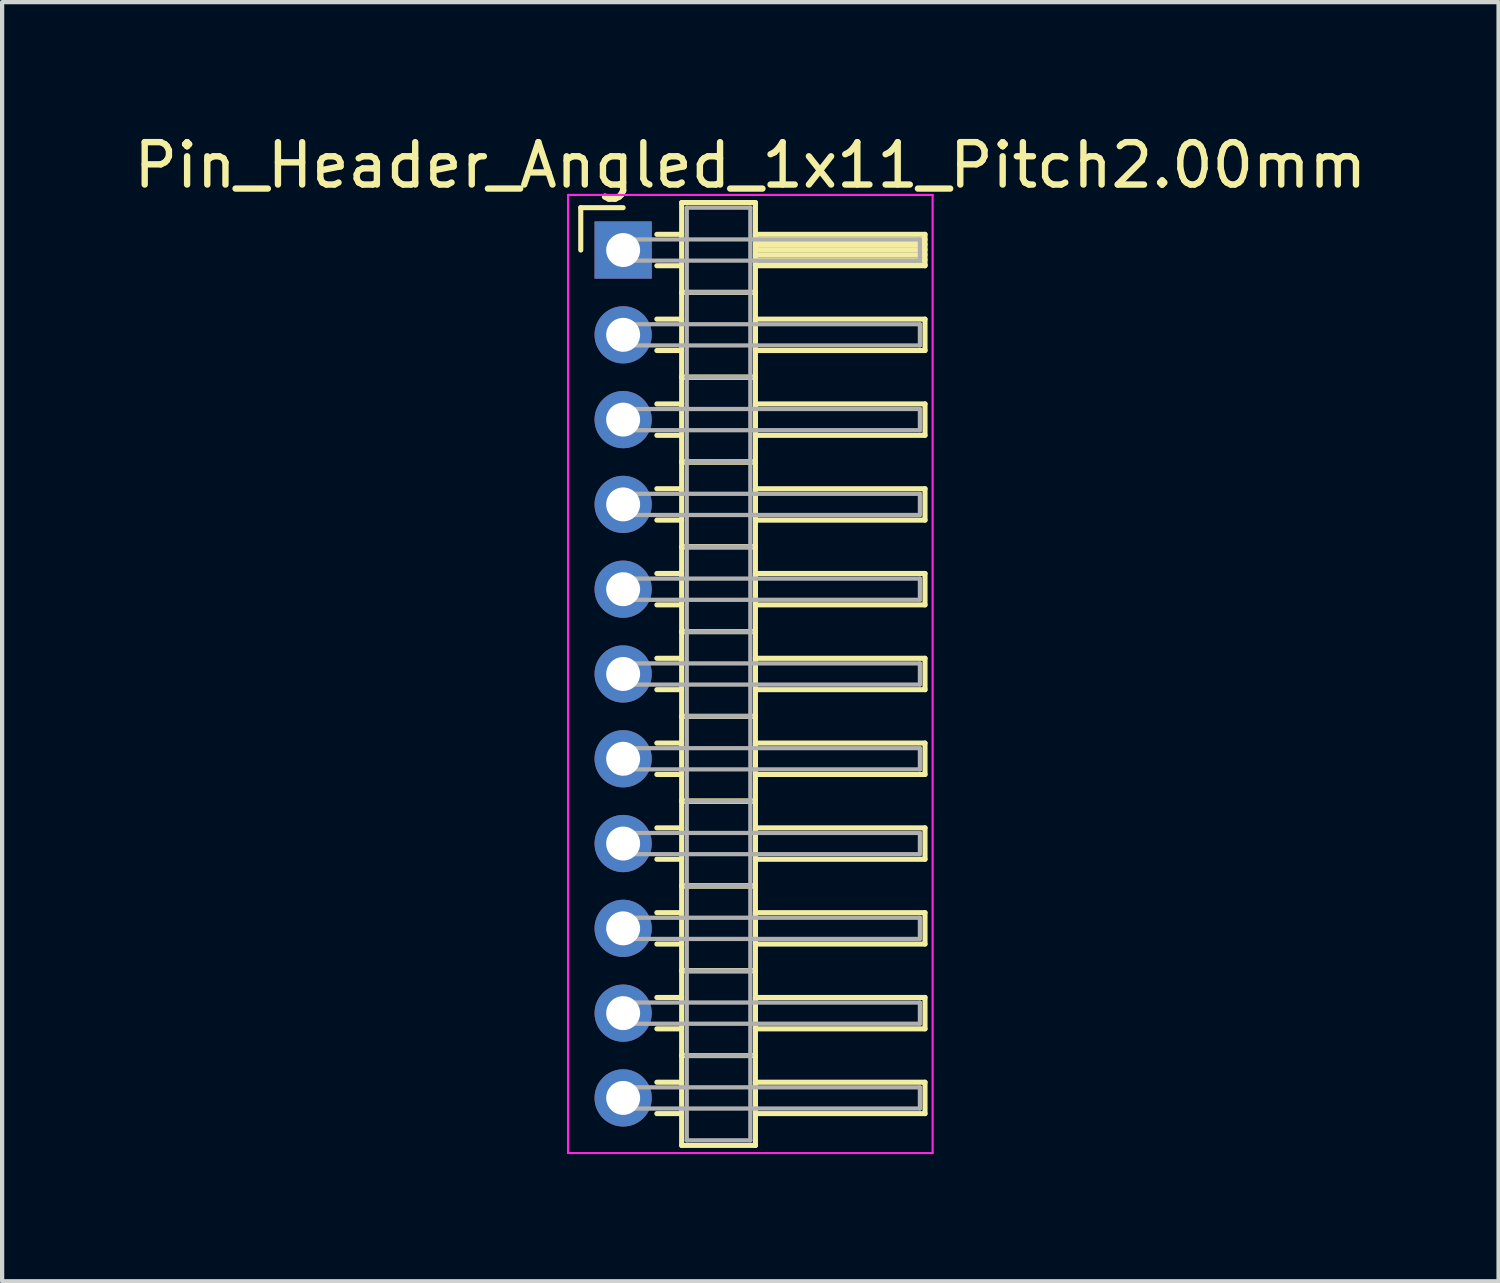
<source format=kicad_pcb>
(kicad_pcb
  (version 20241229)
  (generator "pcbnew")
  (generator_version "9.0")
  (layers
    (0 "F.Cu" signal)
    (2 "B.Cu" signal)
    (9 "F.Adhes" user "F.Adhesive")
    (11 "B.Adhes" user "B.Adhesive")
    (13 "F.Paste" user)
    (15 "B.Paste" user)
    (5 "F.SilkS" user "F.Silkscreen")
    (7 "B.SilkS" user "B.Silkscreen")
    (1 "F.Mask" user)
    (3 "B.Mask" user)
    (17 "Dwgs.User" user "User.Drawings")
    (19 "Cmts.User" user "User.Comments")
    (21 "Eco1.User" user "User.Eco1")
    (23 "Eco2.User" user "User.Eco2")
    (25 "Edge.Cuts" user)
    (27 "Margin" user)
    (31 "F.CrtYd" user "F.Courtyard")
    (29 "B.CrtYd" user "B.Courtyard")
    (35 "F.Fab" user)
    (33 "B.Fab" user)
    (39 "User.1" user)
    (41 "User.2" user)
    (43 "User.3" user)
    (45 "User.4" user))
  (footprint "Pin_Header_Angled_1x11_Pitch2.00mm"
    (layer "F.Cu")
    (at 11.649 2.848)
    (property "Reference" "Pin_Header_Angled_1x11_Pitch2.00mm" (at 3 -2 0) (layer "F.SilkS") (effects (font (size 1 1) (thickness 0.15))))
    (attr through_hole)
    (fp_line (start -1 -1) (end 0 -1) (stroke (width 0.12) (type solid)) (layer "F.SilkS"))
    (fp_line (start -1 0) (end -1 -1) (stroke (width 0.12) (type solid)) (layer "F.SilkS"))
    (fp_line (start 0.795 -0.37) (end 1.38 -0.37) (stroke (width 0.12) (type solid)) (layer "F.SilkS"))
    (fp_line (start 0.795 0.37) (end 1.38 0.37) (stroke (width 0.12) (type solid)) (layer "F.SilkS"))
    (fp_line (start 0.795 1.63) (end 1.38 1.63) (stroke (width 0.12) (type solid)) (layer "F.SilkS"))
    (fp_line (start 0.795 2.37) (end 1.38 2.37) (stroke (width 0.12) (type solid)) (layer "F.SilkS"))
    (fp_line (start 0.795 3.63) (end 1.38 3.63) (stroke (width 0.12) (type solid)) (layer "F.SilkS"))
    (fp_line (start 0.795 4.37) (end 1.38 4.37) (stroke (width 0.12) (type solid)) (layer "F.SilkS"))
    (fp_line (start 0.795 5.63) (end 1.38 5.63) (stroke (width 0.12) (type solid)) (layer "F.SilkS"))
    (fp_line (start 0.795 6.37) (end 1.38 6.37) (stroke (width 0.12) (type solid)) (layer "F.SilkS"))
    (fp_line (start 0.795 7.63) (end 1.38 7.63) (stroke (width 0.12) (type solid)) (layer "F.SilkS"))
    (fp_line (start 0.795 8.37) (end 1.38 8.37) (stroke (width 0.12) (type solid)) (layer "F.SilkS"))
    (fp_line (start 0.795 9.63) (end 1.38 9.63) (stroke (width 0.12) (type solid)) (layer "F.SilkS"))
    (fp_line (start 0.795 10.37) (end 1.38 10.37) (stroke (width 0.12) (type solid)) (layer "F.SilkS"))
    (fp_line (start 0.795 11.63) (end 1.38 11.63) (stroke (width 0.12) (type solid)) (layer "F.SilkS"))
    (fp_line (start 0.795 12.37) (end 1.38 12.37) (stroke (width 0.12) (type solid)) (layer "F.SilkS"))
    (fp_line (start 0.795 13.63) (end 1.38 13.63) (stroke (width 0.12) (type solid)) (layer "F.SilkS"))
    (fp_line (start 0.795 14.37) (end 1.38 14.37) (stroke (width 0.12) (type solid)) (layer "F.SilkS"))
    (fp_line (start 0.795 15.63) (end 1.38 15.63) (stroke (width 0.12) (type solid)) (layer "F.SilkS"))
    (fp_line (start 0.795 16.37) (end 1.38 16.37) (stroke (width 0.12) (type solid)) (layer "F.SilkS"))
    (fp_line (start 0.795 17.63) (end 1.38 17.63) (stroke (width 0.12) (type solid)) (layer "F.SilkS"))
    (fp_line (start 0.795 18.37) (end 1.38 18.37) (stroke (width 0.12) (type solid)) (layer "F.SilkS"))
    (fp_line (start 0.795 19.63) (end 1.38 19.63) (stroke (width 0.12) (type solid)) (layer "F.SilkS"))
    (fp_line (start 0.795 20.37) (end 1.38 20.37) (stroke (width 0.12) (type solid)) (layer "F.SilkS"))
    (fp_line (start 1.38 -1.12) (end 1.38 1) (stroke (width 0.12) (type solid)) (layer "F.SilkS"))
    (fp_line (start 1.38 1) (end 1.38 3) (stroke (width 0.12) (type solid)) (layer "F.SilkS"))
    (fp_line (start 1.38 1) (end 3.12 1) (stroke (width 0.12) (type solid)) (layer "F.SilkS"))
    (fp_line (start 1.38 3) (end 1.38 5) (stroke (width 0.12) (type solid)) (layer "F.SilkS"))
    (fp_line (start 1.38 3) (end 3.12 3) (stroke (width 0.12) (type solid)) (layer "F.SilkS"))
    (fp_line (start 1.38 5) (end 1.38 7) (stroke (width 0.12) (type solid)) (layer "F.SilkS"))
    (fp_line (start 1.38 5) (end 3.12 5) (stroke (width 0.12) (type solid)) (layer "F.SilkS"))
    (fp_line (start 1.38 7) (end 1.38 9) (stroke (width 0.12) (type solid)) (layer "F.SilkS"))
    (fp_line (start 1.38 7) (end 3.12 7) (stroke (width 0.12) (type solid)) (layer "F.SilkS"))
    (fp_line (start 1.38 9) (end 1.38 11) (stroke (width 0.12) (type solid)) (layer "F.SilkS"))
    (fp_line (start 1.38 9) (end 3.12 9) (stroke (width 0.12) (type solid)) (layer "F.SilkS"))
    (fp_line (start 1.38 11) (end 1.38 13) (stroke (width 0.12) (type solid)) (layer "F.SilkS"))
    (fp_line (start 1.38 11) (end 3.12 11) (stroke (width 0.12) (type solid)) (layer "F.SilkS"))
    (fp_line (start 1.38 13) (end 1.38 15) (stroke (width 0.12) (type solid)) (layer "F.SilkS"))
    (fp_line (start 1.38 13) (end 3.12 13) (stroke (width 0.12) (type solid)) (layer "F.SilkS"))
    (fp_line (start 1.38 15) (end 1.38 17) (stroke (width 0.12) (type solid)) (layer "F.SilkS"))
    (fp_line (start 1.38 15) (end 3.12 15) (stroke (width 0.12) (type solid)) (layer "F.SilkS"))
    (fp_line (start 1.38 17) (end 1.38 19) (stroke (width 0.12) (type solid)) (layer "F.SilkS"))
    (fp_line (start 1.38 17) (end 3.12 17) (stroke (width 0.12) (type solid)) (layer "F.SilkS"))
    (fp_line (start 1.38 19) (end 1.38 21.12) (stroke (width 0.12) (type solid)) (layer "F.SilkS"))
    (fp_line (start 1.38 19) (end 3.12 19) (stroke (width 0.12) (type solid)) (layer "F.SilkS"))
    (fp_line (start 1.38 21.12) (end 3.12 21.12) (stroke (width 0.12) (type solid)) (layer "F.SilkS"))
    (fp_line (start 3.12 -1.12) (end 1.38 -1.12) (stroke (width 0.12) (type solid)) (layer "F.SilkS"))
    (fp_line (start 3.12 -0.37) (end 3.12 0.37) (stroke (width 0.12) (type solid)) (layer "F.SilkS"))
    (fp_line (start 3.12 -0.25) (end 7.12 -0.25) (stroke (width 0.12) (type solid)) (layer "F.SilkS"))
    (fp_line (start 3.12 -0.13) (end 7.12 -0.13) (stroke (width 0.12) (type solid)) (layer "F.SilkS"))
    (fp_line (start 3.12 -0.01) (end 7.12 -0.01) (stroke (width 0.12) (type solid)) (layer "F.SilkS"))
    (fp_line (start 3.12 0.11) (end 7.12 0.11) (stroke (width 0.12) (type solid)) (layer "F.SilkS"))
    (fp_line (start 3.12 0.23) (end 7.12 0.23) (stroke (width 0.12) (type solid)) (layer "F.SilkS"))
    (fp_line (start 3.12 0.35) (end 7.12 0.35) (stroke (width 0.12) (type solid)) (layer "F.SilkS"))
    (fp_line (start 3.12 0.37) (end 7.12 0.37) (stroke (width 0.12) (type solid)) (layer "F.SilkS"))
    (fp_line (start 3.12 1) (end 1.38 1) (stroke (width 0.12) (type solid)) (layer "F.SilkS"))
    (fp_line (start 3.12 1) (end 3.12 -1.12) (stroke (width 0.12) (type solid)) (layer "F.SilkS"))
    (fp_line (start 3.12 1.63) (end 3.12 2.37) (stroke (width 0.12) (type solid)) (layer "F.SilkS"))
    (fp_line (start 3.12 2.37) (end 7.12 2.37) (stroke (width 0.12) (type solid)) (layer "F.SilkS"))
    (fp_line (start 3.12 3) (end 1.38 3) (stroke (width 0.12) (type solid)) (layer "F.SilkS"))
    (fp_line (start 3.12 3) (end 3.12 1) (stroke (width 0.12) (type solid)) (layer "F.SilkS"))
    (fp_line (start 3.12 3.63) (end 3.12 4.37) (stroke (width 0.12) (type solid)) (layer "F.SilkS"))
    (fp_line (start 3.12 4.37) (end 7.12 4.37) (stroke (width 0.12) (type solid)) (layer "F.SilkS"))
    (fp_line (start 3.12 5) (end 1.38 5) (stroke (width 0.12) (type solid)) (layer "F.SilkS"))
    (fp_line (start 3.12 5) (end 3.12 3) (stroke (width 0.12) (type solid)) (layer "F.SilkS"))
    (fp_line (start 3.12 5.63) (end 3.12 6.37) (stroke (width 0.12) (type solid)) (layer "F.SilkS"))
    (fp_line (start 3.12 6.37) (end 7.12 6.37) (stroke (width 0.12) (type solid)) (layer "F.SilkS"))
    (fp_line (start 3.12 7) (end 1.38 7) (stroke (width 0.12) (type solid)) (layer "F.SilkS"))
    (fp_line (start 3.12 7) (end 3.12 5) (stroke (width 0.12) (type solid)) (layer "F.SilkS"))
    (fp_line (start 3.12 7.63) (end 3.12 8.37) (stroke (width 0.12) (type solid)) (layer "F.SilkS"))
    (fp_line (start 3.12 8.37) (end 7.12 8.37) (stroke (width 0.12) (type solid)) (layer "F.SilkS"))
    (fp_line (start 3.12 9) (end 1.38 9) (stroke (width 0.12) (type solid)) (layer "F.SilkS"))
    (fp_line (start 3.12 9) (end 3.12 7) (stroke (width 0.12) (type solid)) (layer "F.SilkS"))
    (fp_line (start 3.12 9.63) (end 3.12 10.37) (stroke (width 0.12) (type solid)) (layer "F.SilkS"))
    (fp_line (start 3.12 10.37) (end 7.12 10.37) (stroke (width 0.12) (type solid)) (layer "F.SilkS"))
    (fp_line (start 3.12 11) (end 1.38 11) (stroke (width 0.12) (type solid)) (layer "F.SilkS"))
    (fp_line (start 3.12 11) (end 3.12 9) (stroke (width 0.12) (type solid)) (layer "F.SilkS"))
    (fp_line (start 3.12 11.63) (end 3.12 12.37) (stroke (width 0.12) (type solid)) (layer "F.SilkS"))
    (fp_line (start 3.12 12.37) (end 7.12 12.37) (stroke (width 0.12) (type solid)) (layer "F.SilkS"))
    (fp_line (start 3.12 13) (end 1.38 13) (stroke (width 0.12) (type solid)) (layer "F.SilkS"))
    (fp_line (start 3.12 13) (end 3.12 11) (stroke (width 0.12) (type solid)) (layer "F.SilkS"))
    (fp_line (start 3.12 13.63) (end 3.12 14.37) (stroke (width 0.12) (type solid)) (layer "F.SilkS"))
    (fp_line (start 3.12 14.37) (end 7.12 14.37) (stroke (width 0.12) (type solid)) (layer "F.SilkS"))
    (fp_line (start 3.12 15) (end 1.38 15) (stroke (width 0.12) (type solid)) (layer "F.SilkS"))
    (fp_line (start 3.12 15) (end 3.12 13) (stroke (width 0.12) (type solid)) (layer "F.SilkS"))
    (fp_line (start 3.12 15.63) (end 3.12 16.37) (stroke (width 0.12) (type solid)) (layer "F.SilkS"))
    (fp_line (start 3.12 16.37) (end 7.12 16.37) (stroke (width 0.12) (type solid)) (layer "F.SilkS"))
    (fp_line (start 3.12 17) (end 1.38 17) (stroke (width 0.12) (type solid)) (layer "F.SilkS"))
    (fp_line (start 3.12 17) (end 3.12 15) (stroke (width 0.12) (type solid)) (layer "F.SilkS"))
    (fp_line (start 3.12 17.63) (end 3.12 18.37) (stroke (width 0.12) (type solid)) (layer "F.SilkS"))
    (fp_line (start 3.12 18.37) (end 7.12 18.37) (stroke (width 0.12) (type solid)) (layer "F.SilkS"))
    (fp_line (start 3.12 19) (end 1.38 19) (stroke (width 0.12) (type solid)) (layer "F.SilkS"))
    (fp_line (start 3.12 19) (end 3.12 17) (stroke (width 0.12) (type solid)) (layer "F.SilkS"))
    (fp_line (start 3.12 19.63) (end 3.12 20.37) (stroke (width 0.12) (type solid)) (layer "F.SilkS"))
    (fp_line (start 3.12 20.37) (end 7.12 20.37) (stroke (width 0.12) (type solid)) (layer "F.SilkS"))
    (fp_line (start 3.12 21.12) (end 3.12 19) (stroke (width 0.12) (type solid)) (layer "F.SilkS"))
    (fp_line (start 7.12 -0.37) (end 3.12 -0.37) (stroke (width 0.12) (type solid)) (layer "F.SilkS"))
    (fp_line (start 7.12 0.37) (end 7.12 -0.37) (stroke (width 0.12) (type solid)) (layer "F.SilkS"))
    (fp_line (start 7.12 1.63) (end 3.12 1.63) (stroke (width 0.12) (type solid)) (layer "F.SilkS"))
    (fp_line (start 7.12 2.37) (end 7.12 1.63) (stroke (width 0.12) (type solid)) (layer "F.SilkS"))
    (fp_line (start 7.12 3.63) (end 3.12 3.63) (stroke (width 0.12) (type solid)) (layer "F.SilkS"))
    (fp_line (start 7.12 4.37) (end 7.12 3.63) (stroke (width 0.12) (type solid)) (layer "F.SilkS"))
    (fp_line (start 7.12 5.63) (end 3.12 5.63) (stroke (width 0.12) (type solid)) (layer "F.SilkS"))
    (fp_line (start 7.12 6.37) (end 7.12 5.63) (stroke (width 0.12) (type solid)) (layer "F.SilkS"))
    (fp_line (start 7.12 7.63) (end 3.12 7.63) (stroke (width 0.12) (type solid)) (layer "F.SilkS"))
    (fp_line (start 7.12 8.37) (end 7.12 7.63) (stroke (width 0.12) (type solid)) (layer "F.SilkS"))
    (fp_line (start 7.12 9.63) (end 3.12 9.63) (stroke (width 0.12) (type solid)) (layer "F.SilkS"))
    (fp_line (start 7.12 10.37) (end 7.12 9.63) (stroke (width 0.12) (type solid)) (layer "F.SilkS"))
    (fp_line (start 7.12 11.63) (end 3.12 11.63) (stroke (width 0.12) (type solid)) (layer "F.SilkS"))
    (fp_line (start 7.12 12.37) (end 7.12 11.63) (stroke (width 0.12) (type solid)) (layer "F.SilkS"))
    (fp_line (start 7.12 13.63) (end 3.12 13.63) (stroke (width 0.12) (type solid)) (layer "F.SilkS"))
    (fp_line (start 7.12 14.37) (end 7.12 13.63) (stroke (width 0.12) (type solid)) (layer "F.SilkS"))
    (fp_line (start 7.12 15.63) (end 3.12 15.63) (stroke (width 0.12) (type solid)) (layer "F.SilkS"))
    (fp_line (start 7.12 16.37) (end 7.12 15.63) (stroke (width 0.12) (type solid)) (layer "F.SilkS"))
    (fp_line (start 7.12 17.63) (end 3.12 17.63) (stroke (width 0.12) (type solid)) (layer "F.SilkS"))
    (fp_line (start 7.12 18.37) (end 7.12 17.63) (stroke (width 0.12) (type solid)) (layer "F.SilkS"))
    (fp_line (start 7.12 19.63) (end 3.12 19.63) (stroke (width 0.12) (type solid)) (layer "F.SilkS"))
    (fp_line (start 7.12 20.37) (end 7.12 19.63) (stroke (width 0.12) (type solid)) (layer "F.SilkS"))
    (fp_line (start -1.3 -1.3) (end -1.3 21.3) (stroke (width 0.05) (type solid)) (layer "F.CrtYd"))
    (fp_line (start -1.3 21.3) (end 7.3 21.3) (stroke (width 0.05) (type solid)) (layer "F.CrtYd"))
    (fp_line (start 7.3 -1.3) (end -1.3 -1.3) (stroke (width 0.05) (type solid)) (layer "F.CrtYd"))
    (fp_line (start 7.3 21.3) (end 7.3 -1.3) (stroke (width 0.05) (type solid)) (layer "F.CrtYd"))
    (fp_line (start 0 -0.25) (end 0 0.25) (stroke (width 0.1) (type solid)) (layer "F.Fab"))
    (fp_line (start 0 0.25) (end 7 0.25) (stroke (width 0.1) (type solid)) (layer "F.Fab"))
    (fp_line (start 0 1.75) (end 0 2.25) (stroke (width 0.1) (type solid)) (layer "F.Fab"))
    (fp_line (start 0 2.25) (end 7 2.25) (stroke (width 0.1) (type solid)) (layer "F.Fab"))
    (fp_line (start 0 3.75) (end 0 4.25) (stroke (width 0.1) (type solid)) (layer "F.Fab"))
    (fp_line (start 0 4.25) (end 7 4.25) (stroke (width 0.1) (type solid)) (layer "F.Fab"))
    (fp_line (start 0 5.75) (end 0 6.25) (stroke (width 0.1) (type solid)) (layer "F.Fab"))
    (fp_line (start 0 6.25) (end 7 6.25) (stroke (width 0.1) (type solid)) (layer "F.Fab"))
    (fp_line (start 0 7.75) (end 0 8.25) (stroke (width 0.1) (type solid)) (layer "F.Fab"))
    (fp_line (start 0 8.25) (end 7 8.25) (stroke (width 0.1) (type solid)) (layer "F.Fab"))
    (fp_line (start 0 9.75) (end 0 10.25) (stroke (width 0.1) (type solid)) (layer "F.Fab"))
    (fp_line (start 0 10.25) (end 7 10.25) (stroke (width 0.1) (type solid)) (layer "F.Fab"))
    (fp_line (start 0 11.75) (end 0 12.25) (stroke (width 0.1) (type solid)) (layer "F.Fab"))
    (fp_line (start 0 12.25) (end 7 12.25) (stroke (width 0.1) (type solid)) (layer "F.Fab"))
    (fp_line (start 0 13.75) (end 0 14.25) (stroke (width 0.1) (type solid)) (layer "F.Fab"))
    (fp_line (start 0 14.25) (end 7 14.25) (stroke (width 0.1) (type solid)) (layer "F.Fab"))
    (fp_line (start 0 15.75) (end 0 16.25) (stroke (width 0.1) (type solid)) (layer "F.Fab"))
    (fp_line (start 0 16.25) (end 7 16.25) (stroke (width 0.1) (type solid)) (layer "F.Fab"))
    (fp_line (start 0 17.75) (end 0 18.25) (stroke (width 0.1) (type solid)) (layer "F.Fab"))
    (fp_line (start 0 18.25) (end 7 18.25) (stroke (width 0.1) (type solid)) (layer "F.Fab"))
    (fp_line (start 0 19.75) (end 0 20.25) (stroke (width 0.1) (type solid)) (layer "F.Fab"))
    (fp_line (start 0 20.25) (end 7 20.25) (stroke (width 0.1) (type solid)) (layer "F.Fab"))
    (fp_line (start 1.5 -1) (end 1.5 1) (stroke (width 0.1) (type solid)) (layer "F.Fab"))
    (fp_line (start 1.5 1) (end 1.5 3) (stroke (width 0.1) (type solid)) (layer "F.Fab"))
    (fp_line (start 1.5 1) (end 3 1) (stroke (width 0.1) (type solid)) (layer "F.Fab"))
    (fp_line (start 1.5 3) (end 1.5 5) (stroke (width 0.1) (type solid)) (layer "F.Fab"))
    (fp_line (start 1.5 3) (end 3 3) (stroke (width 0.1) (type solid)) (layer "F.Fab"))
    (fp_line (start 1.5 5) (end 1.5 7) (stroke (width 0.1) (type solid)) (layer "F.Fab"))
    (fp_line (start 1.5 5) (end 3 5) (stroke (width 0.1) (type solid)) (layer "F.Fab"))
    (fp_line (start 1.5 7) (end 1.5 9) (stroke (width 0.1) (type solid)) (layer "F.Fab"))
    (fp_line (start 1.5 7) (end 3 7) (stroke (width 0.1) (type solid)) (layer "F.Fab"))
    (fp_line (start 1.5 9) (end 1.5 11) (stroke (width 0.1) (type solid)) (layer "F.Fab"))
    (fp_line (start 1.5 9) (end 3 9) (stroke (width 0.1) (type solid)) (layer "F.Fab"))
    (fp_line (start 1.5 11) (end 1.5 13) (stroke (width 0.1) (type solid)) (layer "F.Fab"))
    (fp_line (start 1.5 11) (end 3 11) (stroke (width 0.1) (type solid)) (layer "F.Fab"))
    (fp_line (start 1.5 13) (end 1.5 15) (stroke (width 0.1) (type solid)) (layer "F.Fab"))
    (fp_line (start 1.5 13) (end 3 13) (stroke (width 0.1) (type solid)) (layer "F.Fab"))
    (fp_line (start 1.5 15) (end 1.5 17) (stroke (width 0.1) (type solid)) (layer "F.Fab"))
    (fp_line (start 1.5 15) (end 3 15) (stroke (width 0.1) (type solid)) (layer "F.Fab"))
    (fp_line (start 1.5 17) (end 1.5 19) (stroke (width 0.1) (type solid)) (layer "F.Fab"))
    (fp_line (start 1.5 17) (end 3 17) (stroke (width 0.1) (type solid)) (layer "F.Fab"))
    (fp_line (start 1.5 19) (end 1.5 21) (stroke (width 0.1) (type solid)) (layer "F.Fab"))
    (fp_line (start 1.5 19) (end 3 19) (stroke (width 0.1) (type solid)) (layer "F.Fab"))
    (fp_line (start 1.5 21) (end 3 21) (stroke (width 0.1) (type solid)) (layer "F.Fab"))
    (fp_line (start 3 -1) (end 1.5 -1) (stroke (width 0.1) (type solid)) (layer "F.Fab"))
    (fp_line (start 3 1) (end 1.5 1) (stroke (width 0.1) (type solid)) (layer "F.Fab"))
    (fp_line (start 3 1) (end 3 -1) (stroke (width 0.1) (type solid)) (layer "F.Fab"))
    (fp_line (start 3 3) (end 1.5 3) (stroke (width 0.1) (type solid)) (layer "F.Fab"))
    (fp_line (start 3 3) (end 3 1) (stroke (width 0.1) (type solid)) (layer "F.Fab"))
    (fp_line (start 3 5) (end 1.5 5) (stroke (width 0.1) (type solid)) (layer "F.Fab"))
    (fp_line (start 3 5) (end 3 3) (stroke (width 0.1) (type solid)) (layer "F.Fab"))
    (fp_line (start 3 7) (end 1.5 7) (stroke (width 0.1) (type solid)) (layer "F.Fab"))
    (fp_line (start 3 7) (end 3 5) (stroke (width 0.1) (type solid)) (layer "F.Fab"))
    (fp_line (start 3 9) (end 1.5 9) (stroke (width 0.1) (type solid)) (layer "F.Fab"))
    (fp_line (start 3 9) (end 3 7) (stroke (width 0.1) (type solid)) (layer "F.Fab"))
    (fp_line (start 3 11) (end 1.5 11) (stroke (width 0.1) (type solid)) (layer "F.Fab"))
    (fp_line (start 3 11) (end 3 9) (stroke (width 0.1) (type solid)) (layer "F.Fab"))
    (fp_line (start 3 13) (end 1.5 13) (stroke (width 0.1) (type solid)) (layer "F.Fab"))
    (fp_line (start 3 13) (end 3 11) (stroke (width 0.1) (type solid)) (layer "F.Fab"))
    (fp_line (start 3 15) (end 1.5 15) (stroke (width 0.1) (type solid)) (layer "F.Fab"))
    (fp_line (start 3 15) (end 3 13) (stroke (width 0.1) (type solid)) (layer "F.Fab"))
    (fp_line (start 3 17) (end 1.5 17) (stroke (width 0.1) (type solid)) (layer "F.Fab"))
    (fp_line (start 3 17) (end 3 15) (stroke (width 0.1) (type solid)) (layer "F.Fab"))
    (fp_line (start 3 19) (end 1.5 19) (stroke (width 0.1) (type solid)) (layer "F.Fab"))
    (fp_line (start 3 19) (end 3 17) (stroke (width 0.1) (type solid)) (layer "F.Fab"))
    (fp_line (start 3 21) (end 3 19) (stroke (width 0.1) (type solid)) (layer "F.Fab"))
    (fp_line (start 7 -0.25) (end 0 -0.25) (stroke (width 0.1) (type solid)) (layer "F.Fab"))
    (fp_line (start 7 0.25) (end 7 -0.25) (stroke (width 0.1) (type solid)) (layer "F.Fab"))
    (fp_line (start 7 1.75) (end 0 1.75) (stroke (width 0.1) (type solid)) (layer "F.Fab"))
    (fp_line (start 7 2.25) (end 7 1.75) (stroke (width 0.1) (type solid)) (layer "F.Fab"))
    (fp_line (start 7 3.75) (end 0 3.75) (stroke (width 0.1) (type solid)) (layer "F.Fab"))
    (fp_line (start 7 4.25) (end 7 3.75) (stroke (width 0.1) (type solid)) (layer "F.Fab"))
    (fp_line (start 7 5.75) (end 0 5.75) (stroke (width 0.1) (type solid)) (layer "F.Fab"))
    (fp_line (start 7 6.25) (end 7 5.75) (stroke (width 0.1) (type solid)) (layer "F.Fab"))
    (fp_line (start 7 7.75) (end 0 7.75) (stroke (width 0.1) (type solid)) (layer "F.Fab"))
    (fp_line (start 7 8.25) (end 7 7.75) (stroke (width 0.1) (type solid)) (layer "F.Fab"))
    (fp_line (start 7 9.75) (end 0 9.75) (stroke (width 0.1) (type solid)) (layer "F.Fab"))
    (fp_line (start 7 10.25) (end 7 9.75) (stroke (width 0.1) (type solid)) (layer "F.Fab"))
    (fp_line (start 7 11.75) (end 0 11.75) (stroke (width 0.1) (type solid)) (layer "F.Fab"))
    (fp_line (start 7 12.25) (end 7 11.75) (stroke (width 0.1) (type solid)) (layer "F.Fab"))
    (fp_line (start 7 13.75) (end 0 13.75) (stroke (width 0.1) (type solid)) (layer "F.Fab"))
    (fp_line (start 7 14.25) (end 7 13.75) (stroke (width 0.1) (type solid)) (layer "F.Fab"))
    (fp_line (start 7 15.75) (end 0 15.75) (stroke (width 0.1) (type solid)) (layer "F.Fab"))
    (fp_line (start 7 16.25) (end 7 15.75) (stroke (width 0.1) (type solid)) (layer "F.Fab"))
    (fp_line (start 7 17.75) (end 0 17.75) (stroke (width 0.1) (type solid)) (layer "F.Fab"))
    (fp_line (start 7 18.25) (end 7 17.75) (stroke (width 0.1) (type solid)) (layer "F.Fab"))
    (fp_line (start 7 19.75) (end 0 19.75) (stroke (width 0.1) (type solid)) (layer "F.Fab"))
    (fp_line (start 7 20.25) (end 7 19.75) (stroke (width 0.1) (type solid)) (layer "F.Fab"))
    (pad "1" thru_hole rect (at 0 0) (size 1.35 1.35) (drill 0.8) (layers "*.Cu" "*.Mask"))
    (pad "2" thru_hole oval (at 0 2) (size 1.35 1.35) (drill 0.8) (layers "*.Cu" "*.Mask"))
    (pad "3" thru_hole oval (at 0 4) (size 1.35 1.35) (drill 0.8) (layers "*.Cu" "*.Mask"))
    (pad "4" thru_hole oval (at 0 6) (size 1.35 1.35) (drill 0.8) (layers "*.Cu" "*.Mask"))
    (pad "5" thru_hole oval (at 0 8) (size 1.35 1.35) (drill 0.8) (layers "*.Cu" "*.Mask"))
    (pad "6" thru_hole oval (at 0 10) (size 1.35 1.35) (drill 0.8) (layers "*.Cu" "*.Mask"))
    (pad "7" thru_hole oval (at 0 12) (size 1.35 1.35) (drill 0.8) (layers "*.Cu" "*.Mask"))
    (pad "8" thru_hole oval (at 0 14) (size 1.35 1.35) (drill 0.8) (layers "*.Cu" "*.Mask"))
    (pad "9" thru_hole oval (at 0 16) (size 1.35 1.35) (drill 0.8) (layers "*.Cu" "*.Mask"))
    (pad "10" thru_hole oval (at 0 18) (size 1.35 1.35) (drill 0.8) (layers "*.Cu" "*.Mask"))
    (pad "11" thru_hole oval (at 0 20) (size 1.35 1.35) (drill 0.8) (layers "*.Cu" "*.Mask")))
  (gr_rect
    (start -3 -3)
    (end 32.298 27.173)
    (stroke (width 0.1) (type default))
    (fill no)
    (layer "Edge.Cuts")))
</source>
